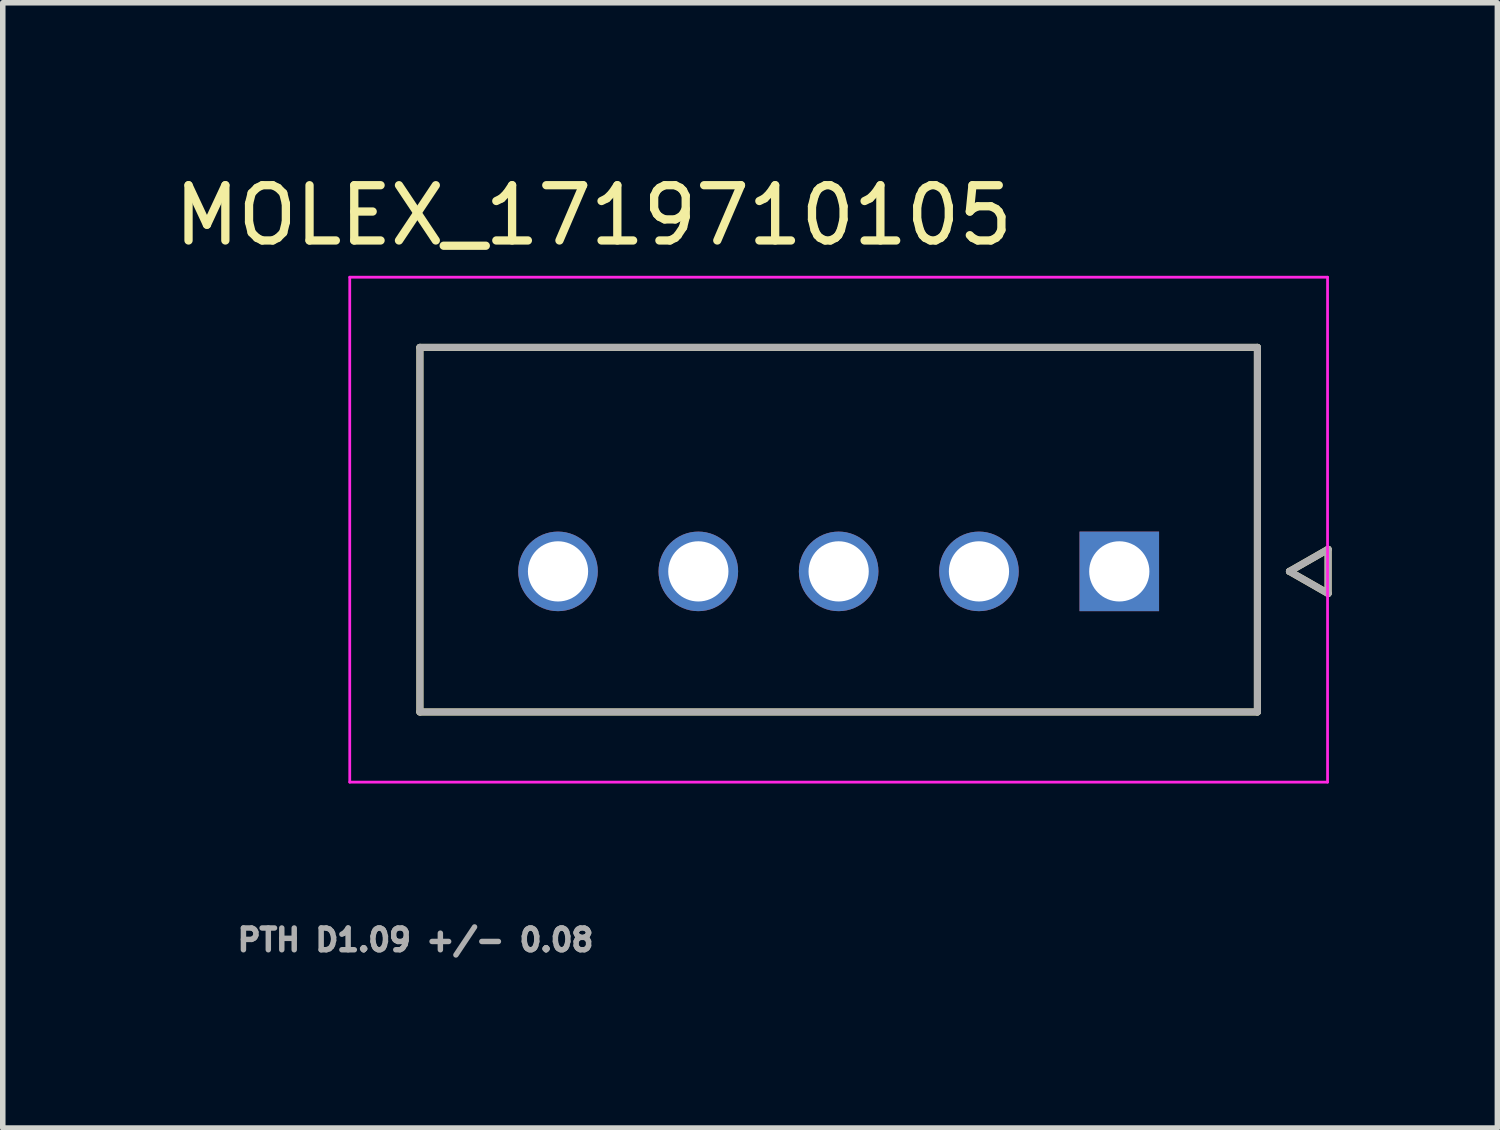
<source format=kicad_pcb>
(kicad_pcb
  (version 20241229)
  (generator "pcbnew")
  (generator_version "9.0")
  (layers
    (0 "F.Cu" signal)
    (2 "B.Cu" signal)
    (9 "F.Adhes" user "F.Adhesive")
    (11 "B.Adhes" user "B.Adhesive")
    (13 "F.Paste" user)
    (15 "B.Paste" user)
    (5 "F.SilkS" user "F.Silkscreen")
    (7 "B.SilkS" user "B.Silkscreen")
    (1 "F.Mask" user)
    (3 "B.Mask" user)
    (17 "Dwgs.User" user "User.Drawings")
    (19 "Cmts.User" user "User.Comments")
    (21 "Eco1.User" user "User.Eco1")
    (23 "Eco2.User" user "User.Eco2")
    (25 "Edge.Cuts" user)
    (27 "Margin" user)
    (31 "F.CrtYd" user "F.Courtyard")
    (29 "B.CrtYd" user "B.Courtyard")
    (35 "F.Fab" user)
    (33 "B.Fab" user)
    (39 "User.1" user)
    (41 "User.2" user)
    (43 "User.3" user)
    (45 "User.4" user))
  (footprint "MOLEX_1719710105"
    (layer "F.Cu")
    (at 17.211 7.293)
    (property "Reference" "MOLEX_1719710105" (at -9.515 -6.445 0) (layer "F.SilkS") (effects (font (size 1 1) (thickness 0.15))))
    (attr through_hole)
    (fp_circle (center -10.16 0) (end -9.762 0) (stroke (width 0.796) (type solid)) (fill no) (layer "F.Mask"))
    (fp_circle (center -7.62 0) (end -7.222 0) (stroke (width 0.796) (type solid)) (fill no) (layer "F.Mask"))
    (fp_circle (center -5.08 0) (end -4.682 0) (stroke (width 0.796) (type solid)) (fill no) (layer "F.Mask"))
    (fp_circle (center -2.54 0) (end -2.142 0) (stroke (width 0.796) (type solid)) (fill no) (layer "F.Mask"))
    (fp_poly (pts (xy -0.796 -0.796) (xy 0.796 -0.796) (xy 0.796 0.796) (xy -0.796 0.796)) (stroke (width 0.01) (type solid)) (fill yes) (layer "F.Mask"))
    (fp_circle (center -10.16 0) (end -9.762 0) (stroke (width 0.796) (type solid)) (fill no) (layer "B.Mask"))
    (fp_circle (center -7.62 0) (end -7.222 0) (stroke (width 0.796) (type solid)) (fill no) (layer "B.Mask"))
    (fp_circle (center -5.08 0) (end -4.682 0) (stroke (width 0.796) (type solid)) (fill no) (layer "B.Mask"))
    (fp_circle (center -2.54 0) (end -2.142 0) (stroke (width 0.796) (type solid)) (fill no) (layer "B.Mask"))
    (fp_poly (pts (xy -0.796 -0.796) (xy 0.796 -0.796) (xy 0.796 0.796) (xy -0.796 0.796)) (stroke (width 0.01) (type solid)) (fill yes) (layer "B.Mask"))
    (fp_line (start -12.66 -4.055) (end 2.5 -4.055) (stroke (width 0.127) (type solid)) (layer "F.SilkS"))
    (fp_line (start -12.66 2.545) (end -12.66 -4.055) (stroke (width 0.127) (type solid)) (layer "F.SilkS"))
    (fp_line (start 2.5 -4.055) (end 2.5 2.545) (stroke (width 0.127) (type solid)) (layer "F.SilkS"))
    (fp_line (start 2.5 2.545) (end -12.66 2.545) (stroke (width 0.127) (type solid)) (layer "F.SilkS"))
    (fp_line (start 3.08 0) (end 3.78 0.4) (stroke (width 0.127) (type solid)) (layer "F.SilkS"))
    (fp_line (start 3.78 -0.4) (end 3.08 0) (stroke (width 0.127) (type solid)) (layer "F.SilkS"))
    (fp_line (start 3.78 0.4) (end 3.78 -0.4) (stroke (width 0.127) (type solid)) (layer "F.SilkS"))
    (fp_line (start -13.93 -5.325) (end 3.77 -5.325) (stroke (width 0.05) (type solid)) (layer "F.CrtYd"))
    (fp_line (start -13.93 3.815) (end -13.93 -5.325) (stroke (width 0.05) (type solid)) (layer "F.CrtYd"))
    (fp_line (start -13.93 3.815) (end 3.77 3.815) (stroke (width 0.05) (type solid)) (layer "F.CrtYd"))
    (fp_line (start 3.77 -5.325) (end 3.77 3.815) (stroke (width 0.05) (type solid)) (layer "F.CrtYd"))
    (fp_line (start -12.66 -4.055) (end 2.5 -4.055) (stroke (width 0.127) (type solid)) (layer "F.Fab"))
    (fp_line (start -12.66 2.545) (end -12.66 -4.055) (stroke (width 0.127) (type solid)) (layer "F.Fab"))
    (fp_line (start 2.5 -4.055) (end 2.5 2.545) (stroke (width 0.127) (type solid)) (layer "F.Fab"))
    (fp_line (start 2.5 2.545) (end -12.66 2.545) (stroke (width 0.127) (type solid)) (layer "F.Fab"))
    (fp_line (start 3.08 0) (end 3.78 0.4) (stroke (width 0.127) (type solid)) (layer "F.Fab"))
    (fp_line (start 3.78 -0.4) (end 3.08 0) (stroke (width 0.127) (type solid)) (layer "F.Fab"))
    (fp_line (start 3.78 0.4) (end 3.78 -0.4) (stroke (width 0.127) (type solid)) (layer "F.Fab"))
    (fp_text user "PTH D1.09 +/- 0.08" (at -12.74 6.672 0) (layer "F.Fab") (effects (font (size 0.394 0.394) (thickness 0.15))))
    (pad "1" thru_hole rect (at 0 0) (size 1.44 1.44) (drill 1.09) (layers "*.Cu"))
    (pad "2" thru_hole circle (at -2.54 0) (size 1.44 1.44) (drill 1.09) (layers "*.Cu"))
    (pad "3" thru_hole circle (at -5.08 0) (size 1.44 1.44) (drill 1.09) (layers "*.Cu"))
    (pad "4" thru_hole circle (at -7.62 0) (size 1.44 1.44) (drill 1.09) (layers "*.Cu"))
    (pad "5" thru_hole circle (at -10.16 0) (size 1.44 1.44) (drill 1.09) (layers "*.Cu")))
  (gr_rect
    (start -3 -3)
    (end 24.055 17.369)
    (stroke (width 0.1) (type default))
    (fill no)
    (layer "Edge.Cuts")))
</source>
